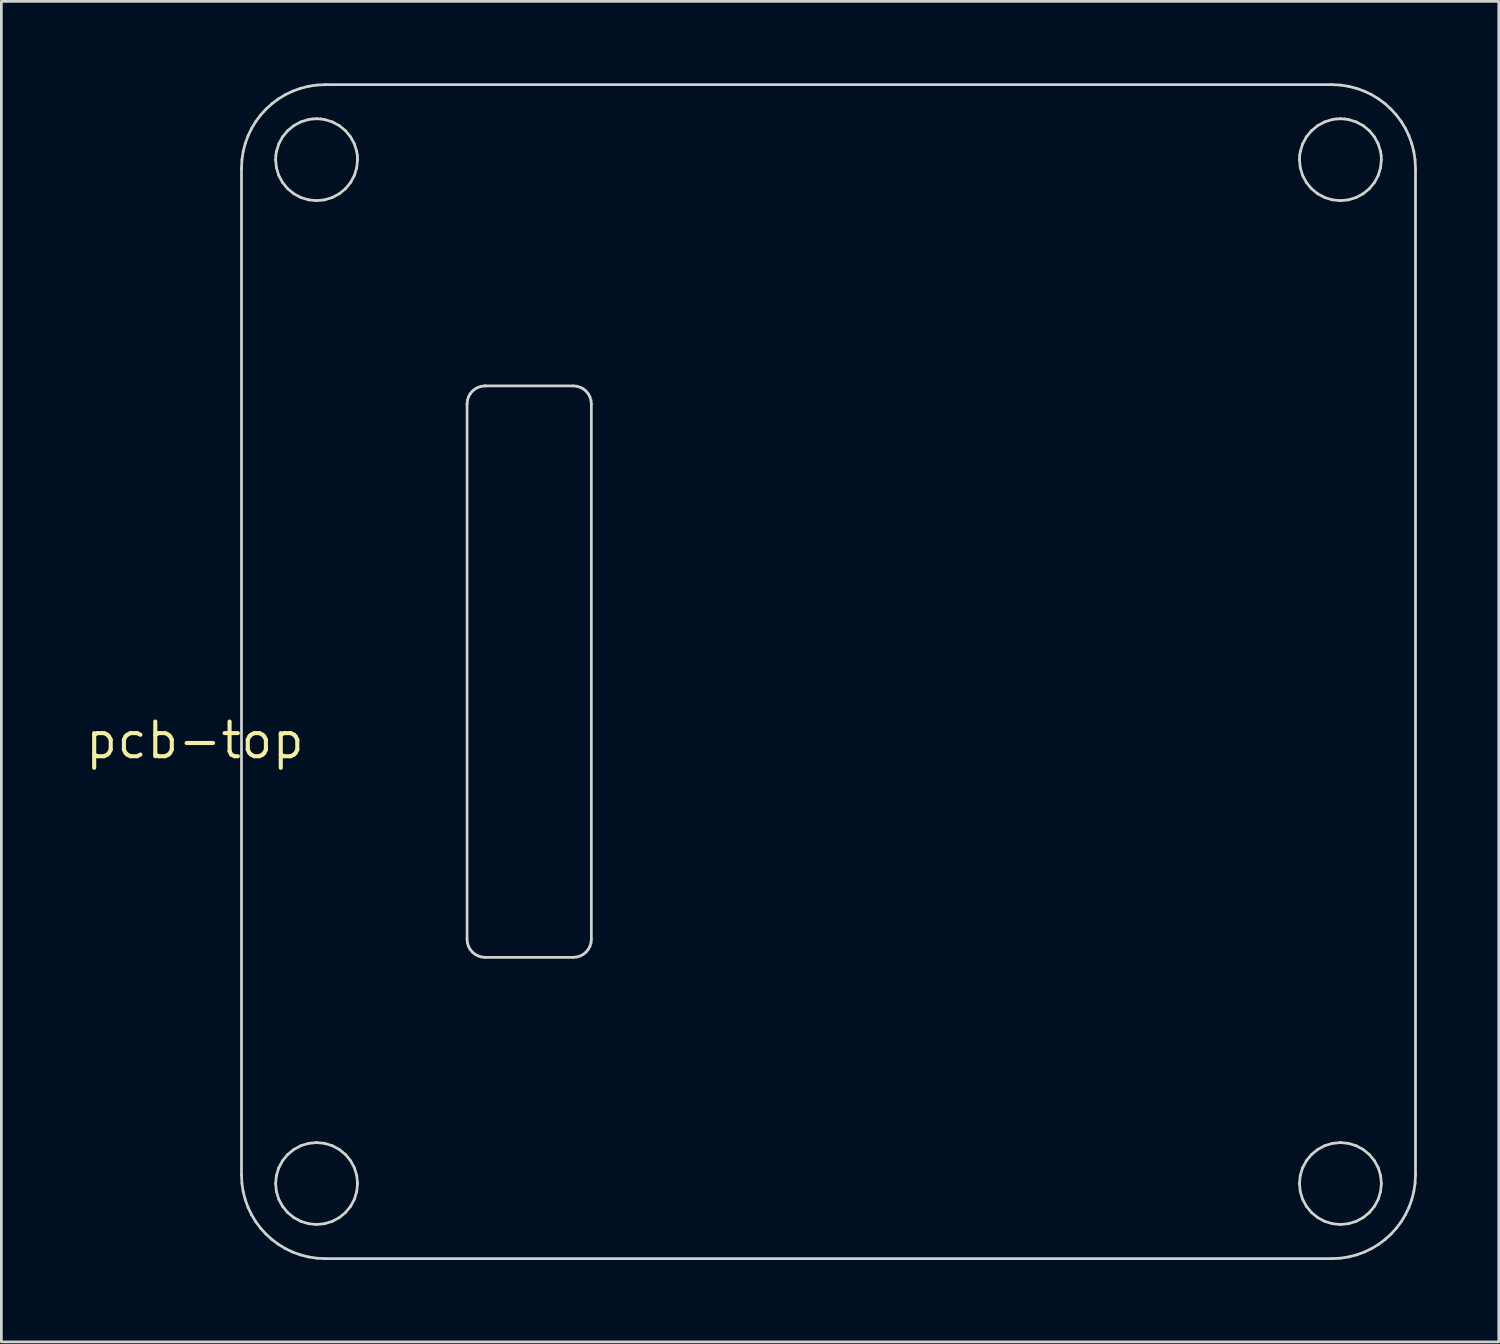
<source format=kicad_pcb>
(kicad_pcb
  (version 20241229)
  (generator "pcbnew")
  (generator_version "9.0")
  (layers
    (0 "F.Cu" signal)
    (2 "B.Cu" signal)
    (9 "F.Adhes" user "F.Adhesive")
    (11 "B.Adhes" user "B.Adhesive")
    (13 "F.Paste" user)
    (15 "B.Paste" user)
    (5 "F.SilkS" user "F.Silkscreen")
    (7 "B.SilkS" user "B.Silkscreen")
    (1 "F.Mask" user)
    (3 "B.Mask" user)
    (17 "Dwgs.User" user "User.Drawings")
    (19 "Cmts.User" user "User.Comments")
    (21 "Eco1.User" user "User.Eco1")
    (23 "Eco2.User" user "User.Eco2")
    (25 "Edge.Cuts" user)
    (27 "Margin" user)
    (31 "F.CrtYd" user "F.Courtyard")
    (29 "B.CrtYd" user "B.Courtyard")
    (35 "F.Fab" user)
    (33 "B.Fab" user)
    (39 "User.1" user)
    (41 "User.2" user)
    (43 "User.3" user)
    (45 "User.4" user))
  (footprint "pcb-top"
    (layer "F.Cu")
    (at 4.089 24.068)
    (property "Reference" "pcb-top" (at 0 0 0) (layer "F.SilkS") (effects (font (size 1.27 1.27) (thickness 0.15))))
    (attr through_hole)
    (fp_line (start 1.706 -20.947) (end 1.706 15.91) (stroke (width 0.1) (type solid)) (layer "Edge.Cuts"))
    (fp_line (start 1.706 15.91) (end 1.722 16.225) (stroke (width 0.1) (type solid)) (layer "Edge.Cuts"))
    (fp_line (start 1.722 -21.262) (end 1.706 -20.947) (stroke (width 0.1) (type solid)) (layer "Edge.Cuts"))
    (fp_line (start 1.722 16.225) (end 1.768 16.53) (stroke (width 0.1) (type solid)) (layer "Edge.Cuts"))
    (fp_line (start 1.768 -21.568) (end 1.722 -21.262) (stroke (width 0.1) (type solid)) (layer "Edge.Cuts"))
    (fp_line (start 1.768 16.53) (end 1.844 16.825) (stroke (width 0.1) (type solid)) (layer "Edge.Cuts"))
    (fp_line (start 1.844 -21.863) (end 1.768 -21.568) (stroke (width 0.1) (type solid)) (layer "Edge.Cuts"))
    (fp_line (start 1.844 16.825) (end 1.947 17.108) (stroke (width 0.1) (type solid)) (layer "Edge.Cuts"))
    (fp_line (start 1.947 -22.145) (end 1.844 -21.863) (stroke (width 0.1) (type solid)) (layer "Edge.Cuts"))
    (fp_line (start 1.947 17.108) (end 2.076 17.376) (stroke (width 0.1) (type solid)) (layer "Edge.Cuts"))
    (fp_line (start 2.076 -22.414) (end 1.947 -22.145) (stroke (width 0.1) (type solid)) (layer "Edge.Cuts"))
    (fp_line (start 2.076 17.376) (end 2.229 17.63) (stroke (width 0.1) (type solid)) (layer "Edge.Cuts"))
    (fp_line (start 2.229 -22.667) (end 2.076 -22.414) (stroke (width 0.1) (type solid)) (layer "Edge.Cuts"))
    (fp_line (start 2.229 17.63) (end 2.406 17.866) (stroke (width 0.1) (type solid)) (layer "Edge.Cuts"))
    (fp_line (start 2.406 -22.903) (end 2.229 -22.667) (stroke (width 0.1) (type solid)) (layer "Edge.Cuts"))
    (fp_line (start 2.406 17.866) (end 2.604 18.084) (stroke (width 0.1) (type solid)) (layer "Edge.Cuts"))
    (fp_line (start 2.604 -23.121) (end 2.406 -22.903) (stroke (width 0.1) (type solid)) (layer "Edge.Cuts"))
    (fp_line (start 2.604 18.084) (end 2.822 18.282) (stroke (width 0.1) (type solid)) (layer "Edge.Cuts"))
    (fp_line (start 2.822 -23.319) (end 2.604 -23.121) (stroke (width 0.1) (type solid)) (layer "Edge.Cuts"))
    (fp_line (start 2.822 18.282) (end 3.058 18.458) (stroke (width 0.1) (type solid)) (layer "Edge.Cuts"))
    (fp_line (start 2.956 -21.269) (end 2.964 -21.422) (stroke (width 0.1) (type solid)) (layer "Edge.Cuts"))
    (fp_line (start 2.956 16.231) (end 2.985 15.937) (stroke (width 0.1) (type solid)) (layer "Edge.Cuts"))
    (fp_line (start 2.964 -21.422) (end 2.987 -21.571) (stroke (width 0.1) (type solid)) (layer "Edge.Cuts"))
    (fp_line (start 2.985 -20.975) (end 2.956 -21.269) (stroke (width 0.1) (type solid)) (layer "Edge.Cuts"))
    (fp_line (start 2.985 15.937) (end 3.07 15.657) (stroke (width 0.1) (type solid)) (layer "Edge.Cuts"))
    (fp_line (start 2.985 16.525) (end 2.956 16.231) (stroke (width 0.1) (type solid)) (layer "Edge.Cuts"))
    (fp_line (start 2.987 -21.571) (end 3.074 -21.853) (stroke (width 0.1) (type solid)) (layer "Edge.Cuts"))
    (fp_line (start 3.058 -23.495) (end 2.822 -23.319) (stroke (width 0.1) (type solid)) (layer "Edge.Cuts"))
    (fp_line (start 3.058 18.458) (end 3.311 18.612) (stroke (width 0.1) (type solid)) (layer "Edge.Cuts"))
    (fp_line (start 3.07 16.805) (end 2.985 16.525) (stroke (width 0.1) (type solid)) (layer "Edge.Cuts"))
    (fp_line (start 3.07 -20.695) (end 2.985 -20.975) (stroke (width 0.1) (type solid)) (layer "Edge.Cuts"))
    (fp_line (start 3.07 15.657) (end 3.208 15.399) (stroke (width 0.1) (type solid)) (layer "Edge.Cuts"))
    (fp_line (start 3.074 -21.853) (end 3.212 -22.107) (stroke (width 0.1) (type solid)) (layer "Edge.Cuts"))
    (fp_line (start 3.208 17.064) (end 3.07 16.805) (stroke (width 0.1) (type solid)) (layer "Edge.Cuts"))
    (fp_line (start 3.208 -20.436) (end 3.07 -20.695) (stroke (width 0.1) (type solid)) (layer "Edge.Cuts"))
    (fp_line (start 3.208 15.399) (end 3.395 15.17) (stroke (width 0.1) (type solid)) (layer "Edge.Cuts"))
    (fp_line (start 3.212 -22.107) (end 3.395 -22.329) (stroke (width 0.1) (type solid)) (layer "Edge.Cuts"))
    (fp_line (start 3.311 -23.649) (end 3.058 -23.495) (stroke (width 0.1) (type solid)) (layer "Edge.Cuts"))
    (fp_line (start 3.311 18.612) (end 3.58 18.741) (stroke (width 0.1) (type solid)) (layer "Edge.Cuts"))
    (fp_line (start 3.395 -20.208) (end 3.208 -20.436) (stroke (width 0.1) (type solid)) (layer "Edge.Cuts"))
    (fp_line (start 3.395 15.17) (end 3.624 14.983) (stroke (width 0.1) (type solid)) (layer "Edge.Cuts"))
    (fp_line (start 3.395 17.292) (end 3.208 17.064) (stroke (width 0.1) (type solid)) (layer "Edge.Cuts"))
    (fp_line (start 3.395 -22.329) (end 3.617 -22.512) (stroke (width 0.1) (type solid)) (layer "Edge.Cuts"))
    (fp_line (start 3.58 -23.778) (end 3.311 -23.649) (stroke (width 0.1) (type solid)) (layer "Edge.Cuts"))
    (fp_line (start 3.58 18.741) (end 3.862 18.844) (stroke (width 0.1) (type solid)) (layer "Edge.Cuts"))
    (fp_line (start 3.617 -22.512) (end 3.872 -22.651) (stroke (width 0.1) (type solid)) (layer "Edge.Cuts"))
    (fp_line (start 3.624 17.479) (end 3.395 17.292) (stroke (width 0.1) (type solid)) (layer "Edge.Cuts"))
    (fp_line (start 3.624 -20.021) (end 3.395 -20.208) (stroke (width 0.1) (type solid)) (layer "Edge.Cuts"))
    (fp_line (start 3.624 14.983) (end 3.882 14.845) (stroke (width 0.1) (type solid)) (layer "Edge.Cuts"))
    (fp_line (start 3.862 -23.881) (end 3.58 -23.778) (stroke (width 0.1) (type solid)) (layer "Edge.Cuts"))
    (fp_line (start 3.862 18.844) (end 4.157 18.919) (stroke (width 0.1) (type solid)) (layer "Edge.Cuts"))
    (fp_line (start 3.872 -22.651) (end 4.154 -22.738) (stroke (width 0.1) (type solid)) (layer "Edge.Cuts"))
    (fp_line (start 3.882 -19.883) (end 3.624 -20.021) (stroke (width 0.1) (type solid)) (layer "Edge.Cuts"))
    (fp_line (start 3.882 14.845) (end 4.162 14.76) (stroke (width 0.1) (type solid)) (layer "Edge.Cuts"))
    (fp_line (start 3.882 17.617) (end 3.624 17.479) (stroke (width 0.1) (type solid)) (layer "Edge.Cuts"))
    (fp_line (start 4.154 -22.738) (end 4.303 -22.761) (stroke (width 0.1) (type solid)) (layer "Edge.Cuts"))
    (fp_line (start 4.157 -23.956) (end 3.862 -23.881) (stroke (width 0.1) (type solid)) (layer "Edge.Cuts"))
    (fp_line (start 4.157 18.919) (end 4.463 18.966) (stroke (width 0.1) (type solid)) (layer "Edge.Cuts"))
    (fp_line (start 4.162 -19.798) (end 3.882 -19.883) (stroke (width 0.1) (type solid)) (layer "Edge.Cuts"))
    (fp_line (start 4.162 14.76) (end 4.456 14.731) (stroke (width 0.1) (type solid)) (layer "Edge.Cuts"))
    (fp_line (start 4.162 17.702) (end 3.882 17.617) (stroke (width 0.1) (type solid)) (layer "Edge.Cuts"))
    (fp_line (start 4.303 -22.761) (end 4.456 -22.768) (stroke (width 0.1) (type solid)) (layer "Edge.Cuts"))
    (fp_line (start 4.456 -22.768) (end 4.456 -22.768) (stroke (width 0.1) (type solid)) (layer "Edge.Cuts"))
    (fp_line (start 4.456 -22.768) (end 4.609 -22.761) (stroke (width 0.1) (type solid)) (layer "Edge.Cuts"))
    (fp_line (start 4.456 -19.769) (end 4.162 -19.798) (stroke (width 0.1) (type solid)) (layer "Edge.Cuts"))
    (fp_line (start 4.456 14.731) (end 4.456 14.731) (stroke (width 0.1) (type solid)) (layer "Edge.Cuts"))
    (fp_line (start 4.456 14.731) (end 4.75 14.76) (stroke (width 0.1) (type solid)) (layer "Edge.Cuts"))
    (fp_line (start 4.456 17.731) (end 4.162 17.702) (stroke (width 0.1) (type solid)) (layer "Edge.Cuts"))
    (fp_line (start 4.463 -24.003) (end 4.157 -23.956) (stroke (width 0.1) (type solid)) (layer "Edge.Cuts"))
    (fp_line (start 4.463 18.966) (end 4.778 18.982) (stroke (width 0.1) (type solid)) (layer "Edge.Cuts"))
    (fp_line (start 4.609 -22.761) (end 4.758 -22.738) (stroke (width 0.1) (type solid)) (layer "Edge.Cuts"))
    (fp_line (start 4.75 -19.798) (end 4.456 -19.769) (stroke (width 0.1) (type solid)) (layer "Edge.Cuts"))
    (fp_line (start 4.75 14.76) (end 5.03 14.845) (stroke (width 0.1) (type solid)) (layer "Edge.Cuts"))
    (fp_line (start 4.75 17.702) (end 4.456 17.731) (stroke (width 0.1) (type solid)) (layer "Edge.Cuts"))
    (fp_line (start 4.758 -22.738) (end 5.04 -22.651) (stroke (width 0.1) (type solid)) (layer "Edge.Cuts"))
    (fp_line (start 4.778 -24.018) (end 4.463 -24.003) (stroke (width 0.1) (type solid)) (layer "Edge.Cuts"))
    (fp_line (start 4.778 18.982) (end 41.635 18.982) (stroke (width 0.1) (type solid)) (layer "Edge.Cuts"))
    (fp_line (start 5.03 -19.883) (end 4.75 -19.798) (stroke (width 0.1) (type solid)) (layer "Edge.Cuts"))
    (fp_line (start 5.03 14.845) (end 5.288 14.983) (stroke (width 0.1) (type solid)) (layer "Edge.Cuts"))
    (fp_line (start 5.03 17.617) (end 4.75 17.702) (stroke (width 0.1) (type solid)) (layer "Edge.Cuts"))
    (fp_line (start 5.04 -22.651) (end 5.295 -22.512) (stroke (width 0.1) (type solid)) (layer "Edge.Cuts"))
    (fp_line (start 5.288 -20.021) (end 5.03 -19.883) (stroke (width 0.1) (type solid)) (layer "Edge.Cuts"))
    (fp_line (start 5.288 14.983) (end 5.517 15.17) (stroke (width 0.1) (type solid)) (layer "Edge.Cuts"))
    (fp_line (start 5.288 17.479) (end 5.03 17.617) (stroke (width 0.1) (type solid)) (layer "Edge.Cuts"))
    (fp_line (start 5.295 -22.512) (end 5.517 -22.329) (stroke (width 0.1) (type solid)) (layer "Edge.Cuts"))
    (fp_line (start 5.517 -22.329) (end 5.7 -22.107) (stroke (width 0.1) (type solid)) (layer "Edge.Cuts"))
    (fp_line (start 5.517 -20.208) (end 5.288 -20.021) (stroke (width 0.1) (type solid)) (layer "Edge.Cuts"))
    (fp_line (start 5.517 15.17) (end 5.704 15.399) (stroke (width 0.1) (type solid)) (layer "Edge.Cuts"))
    (fp_line (start 5.517 17.292) (end 5.288 17.479) (stroke (width 0.1) (type solid)) (layer "Edge.Cuts"))
    (fp_line (start 5.7 -22.107) (end 5.838 -21.853) (stroke (width 0.1) (type solid)) (layer "Edge.Cuts"))
    (fp_line (start 5.704 -20.436) (end 5.517 -20.208) (stroke (width 0.1) (type solid)) (layer "Edge.Cuts"))
    (fp_line (start 5.704 15.399) (end 5.842 15.657) (stroke (width 0.1) (type solid)) (layer "Edge.Cuts"))
    (fp_line (start 5.704 17.064) (end 5.517 17.292) (stroke (width 0.1) (type solid)) (layer "Edge.Cuts"))
    (fp_line (start 5.838 -21.853) (end 5.926 -21.571) (stroke (width 0.1) (type solid)) (layer "Edge.Cuts"))
    (fp_line (start 5.842 -20.695) (end 5.704 -20.436) (stroke (width 0.1) (type solid)) (layer "Edge.Cuts"))
    (fp_line (start 5.842 15.657) (end 5.927 15.937) (stroke (width 0.1) (type solid)) (layer "Edge.Cuts"))
    (fp_line (start 5.842 16.805) (end 5.704 17.064) (stroke (width 0.1) (type solid)) (layer "Edge.Cuts"))
    (fp_line (start 5.926 -21.571) (end 5.949 -21.422) (stroke (width 0.1) (type solid)) (layer "Edge.Cuts"))
    (fp_line (start 5.927 -20.975) (end 5.842 -20.695) (stroke (width 0.1) (type solid)) (layer "Edge.Cuts"))
    (fp_line (start 5.927 15.937) (end 5.956 16.231) (stroke (width 0.1) (type solid)) (layer "Edge.Cuts"))
    (fp_line (start 5.927 16.525) (end 5.842 16.805) (stroke (width 0.1) (type solid)) (layer "Edge.Cuts"))
    (fp_line (start 5.949 -21.422) (end 5.956 -21.269) (stroke (width 0.1) (type solid)) (layer "Edge.Cuts"))
    (fp_line (start 5.956 -21.269) (end 5.927 -20.975) (stroke (width 0.1) (type solid)) (layer "Edge.Cuts"))
    (fp_line (start 5.956 16.231) (end 5.927 16.525) (stroke (width 0.1) (type solid)) (layer "Edge.Cuts"))
    (fp_line (start 9.968 -12.323) (end 9.982 -12.456) (stroke (width 0.1) (type solid)) (layer "Edge.Cuts"))
    (fp_line (start 9.968 7.285) (end 9.968 -12.323) (stroke (width 0.1) (type solid)) (layer "Edge.Cuts"))
    (fp_line (start 9.982 -12.456) (end 10.02 -12.58) (stroke (width 0.1) (type solid)) (layer "Edge.Cuts"))
    (fp_line (start 9.982 7.419) (end 9.968 7.285) (stroke (width 0.1) (type solid)) (layer "Edge.Cuts"))
    (fp_line (start 10.02 -12.58) (end 10.081 -12.693) (stroke (width 0.1) (type solid)) (layer "Edge.Cuts"))
    (fp_line (start 10.02 7.543) (end 9.982 7.419) (stroke (width 0.1) (type solid)) (layer "Edge.Cuts"))
    (fp_line (start 10.081 -12.693) (end 10.162 -12.791) (stroke (width 0.1) (type solid)) (layer "Edge.Cuts"))
    (fp_line (start 10.081 7.655) (end 10.02 7.543) (stroke (width 0.1) (type solid)) (layer "Edge.Cuts"))
    (fp_line (start 10.162 -12.791) (end 10.26 -12.871) (stroke (width 0.1) (type solid)) (layer "Edge.Cuts"))
    (fp_line (start 10.162 7.753) (end 10.081 7.655) (stroke (width 0.1) (type solid)) (layer "Edge.Cuts"))
    (fp_line (start 10.26 -12.871) (end 10.372 -12.932) (stroke (width 0.1) (type solid)) (layer "Edge.Cuts"))
    (fp_line (start 10.26 7.834) (end 10.162 7.753) (stroke (width 0.1) (type solid)) (layer "Edge.Cuts"))
    (fp_line (start 10.372 -12.932) (end 10.496 -12.971) (stroke (width 0.1) (type solid)) (layer "Edge.Cuts"))
    (fp_line (start 10.372 7.895) (end 10.26 7.834) (stroke (width 0.1) (type solid)) (layer "Edge.Cuts"))
    (fp_line (start 10.496 -12.971) (end 10.63 -12.984) (stroke (width 0.1) (type solid)) (layer "Edge.Cuts"))
    (fp_line (start 10.496 7.933) (end 10.372 7.895) (stroke (width 0.1) (type solid)) (layer "Edge.Cuts"))
    (fp_line (start 10.63 -12.984) (end 10.63 -12.984) (stroke (width 0.1) (type solid)) (layer "Edge.Cuts"))
    (fp_line (start 10.63 -12.984) (end 13.859 -12.984) (stroke (width 0.1) (type solid)) (layer "Edge.Cuts"))
    (fp_line (start 10.63 7.947) (end 10.496 7.933) (stroke (width 0.1) (type solid)) (layer "Edge.Cuts"))
    (fp_line (start 13.859 -12.984) (end 13.992 -12.971) (stroke (width 0.1) (type solid)) (layer "Edge.Cuts"))
    (fp_line (start 13.859 7.947) (end 10.63 7.947) (stroke (width 0.1) (type solid)) (layer "Edge.Cuts"))
    (fp_line (start 13.992 -12.971) (end 14.117 -12.932) (stroke (width 0.1) (type solid)) (layer "Edge.Cuts"))
    (fp_line (start 13.992 7.933) (end 13.859 7.947) (stroke (width 0.1) (type solid)) (layer "Edge.Cuts"))
    (fp_line (start 14.117 -12.932) (end 14.229 -12.871) (stroke (width 0.1) (type solid)) (layer "Edge.Cuts"))
    (fp_line (start 14.117 7.895) (end 13.992 7.933) (stroke (width 0.1) (type solid)) (layer "Edge.Cuts"))
    (fp_line (start 14.229 -12.871) (end 14.327 -12.791) (stroke (width 0.1) (type solid)) (layer "Edge.Cuts"))
    (fp_line (start 14.229 7.834) (end 14.117 7.895) (stroke (width 0.1) (type solid)) (layer "Edge.Cuts"))
    (fp_line (start 14.327 -12.791) (end 14.407 -12.693) (stroke (width 0.1) (type solid)) (layer "Edge.Cuts"))
    (fp_line (start 14.327 7.753) (end 14.229 7.834) (stroke (width 0.1) (type solid)) (layer "Edge.Cuts"))
    (fp_line (start 14.407 -12.693) (end 14.468 -12.58) (stroke (width 0.1) (type solid)) (layer "Edge.Cuts"))
    (fp_line (start 14.407 7.655) (end 14.327 7.753) (stroke (width 0.1) (type solid)) (layer "Edge.Cuts"))
    (fp_line (start 14.468 -12.58) (end 14.507 -12.456) (stroke (width 0.1) (type solid)) (layer "Edge.Cuts"))
    (fp_line (start 14.468 7.543) (end 14.407 7.655) (stroke (width 0.1) (type solid)) (layer "Edge.Cuts"))
    (fp_line (start 14.507 -12.456) (end 14.52 -12.323) (stroke (width 0.1) (type solid)) (layer "Edge.Cuts"))
    (fp_line (start 14.507 7.419) (end 14.468 7.543) (stroke (width 0.1) (type solid)) (layer "Edge.Cuts"))
    (fp_line (start 14.52 -12.323) (end 14.52 7.285) (stroke (width 0.1) (type solid)) (layer "Edge.Cuts"))
    (fp_line (start 14.52 7.285) (end 14.507 7.419) (stroke (width 0.1) (type solid)) (layer "Edge.Cuts"))
    (fp_line (start 40.456 -21.269) (end 40.464 -21.422) (stroke (width 0.1) (type solid)) (layer "Edge.Cuts"))
    (fp_line (start 40.456 16.231) (end 40.485 15.937) (stroke (width 0.1) (type solid)) (layer "Edge.Cuts"))
    (fp_line (start 40.464 -21.422) (end 40.487 -21.571) (stroke (width 0.1) (type solid)) (layer "Edge.Cuts"))
    (fp_line (start 40.485 -20.975) (end 40.456 -21.269) (stroke (width 0.1) (type solid)) (layer "Edge.Cuts"))
    (fp_line (start 40.485 15.937) (end 40.57 15.657) (stroke (width 0.1) (type solid)) (layer "Edge.Cuts"))
    (fp_line (start 40.485 16.525) (end 40.456 16.231) (stroke (width 0.1) (type solid)) (layer "Edge.Cuts"))
    (fp_line (start 40.487 -21.571) (end 40.574 -21.853) (stroke (width 0.1) (type solid)) (layer "Edge.Cuts"))
    (fp_line (start 40.57 16.805) (end 40.485 16.525) (stroke (width 0.1) (type solid)) (layer "Edge.Cuts"))
    (fp_line (start 40.57 -20.695) (end 40.485 -20.975) (stroke (width 0.1) (type solid)) (layer "Edge.Cuts"))
    (fp_line (start 40.57 15.657) (end 40.708 15.399) (stroke (width 0.1) (type solid)) (layer "Edge.Cuts"))
    (fp_line (start 40.574 -21.853) (end 40.712 -22.107) (stroke (width 0.1) (type solid)) (layer "Edge.Cuts"))
    (fp_line (start 40.708 17.064) (end 40.57 16.805) (stroke (width 0.1) (type solid)) (layer "Edge.Cuts"))
    (fp_line (start 40.708 -20.436) (end 40.57 -20.695) (stroke (width 0.1) (type solid)) (layer "Edge.Cuts"))
    (fp_line (start 40.708 15.399) (end 40.895 15.17) (stroke (width 0.1) (type solid)) (layer "Edge.Cuts"))
    (fp_line (start 40.712 -22.107) (end 40.896 -22.329) (stroke (width 0.1) (type solid)) (layer "Edge.Cuts"))
    (fp_line (start 40.895 17.292) (end 40.708 17.064) (stroke (width 0.1) (type solid)) (layer "Edge.Cuts"))
    (fp_line (start 40.895 -20.208) (end 40.708 -20.436) (stroke (width 0.1) (type solid)) (layer "Edge.Cuts"))
    (fp_line (start 40.895 15.17) (end 41.124 14.983) (stroke (width 0.1) (type solid)) (layer "Edge.Cuts"))
    (fp_line (start 40.896 -22.329) (end 41.118 -22.512) (stroke (width 0.1) (type solid)) (layer "Edge.Cuts"))
    (fp_line (start 41.118 -22.512) (end 41.372 -22.651) (stroke (width 0.1) (type solid)) (layer "Edge.Cuts"))
    (fp_line (start 41.124 17.479) (end 40.895 17.292) (stroke (width 0.1) (type solid)) (layer "Edge.Cuts"))
    (fp_line (start 41.124 -20.021) (end 40.895 -20.208) (stroke (width 0.1) (type solid)) (layer "Edge.Cuts"))
    (fp_line (start 41.124 14.983) (end 41.382 14.845) (stroke (width 0.1) (type solid)) (layer "Edge.Cuts"))
    (fp_line (start 41.372 -22.651) (end 41.654 -22.738) (stroke (width 0.1) (type solid)) (layer "Edge.Cuts"))
    (fp_line (start 41.382 -19.883) (end 41.124 -20.021) (stroke (width 0.1) (type solid)) (layer "Edge.Cuts"))
    (fp_line (start 41.382 14.845) (end 41.662 14.76) (stroke (width 0.1) (type solid)) (layer "Edge.Cuts"))
    (fp_line (start 41.382 17.617) (end 41.124 17.479) (stroke (width 0.1) (type solid)) (layer "Edge.Cuts"))
    (fp_line (start 41.635 -24.018) (end 4.778 -24.018) (stroke (width 0.1) (type solid)) (layer "Edge.Cuts"))
    (fp_line (start 41.635 18.982) (end 41.95 18.966) (stroke (width 0.1) (type solid)) (layer "Edge.Cuts"))
    (fp_line (start 41.654 -22.738) (end 41.803 -22.761) (stroke (width 0.1) (type solid)) (layer "Edge.Cuts"))
    (fp_line (start 41.662 -19.798) (end 41.382 -19.883) (stroke (width 0.1) (type solid)) (layer "Edge.Cuts"))
    (fp_line (start 41.662 14.76) (end 41.956 14.731) (stroke (width 0.1) (type solid)) (layer "Edge.Cuts"))
    (fp_line (start 41.662 17.702) (end 41.382 17.617) (stroke (width 0.1) (type solid)) (layer "Edge.Cuts"))
    (fp_line (start 41.803 -22.761) (end 41.956 -22.768) (stroke (width 0.1) (type solid)) (layer "Edge.Cuts"))
    (fp_line (start 41.95 -24.003) (end 41.635 -24.018) (stroke (width 0.1) (type solid)) (layer "Edge.Cuts"))
    (fp_line (start 41.95 18.966) (end 42.255 18.919) (stroke (width 0.1) (type solid)) (layer "Edge.Cuts"))
    (fp_line (start 41.956 -22.768) (end 41.956 -22.768) (stroke (width 0.1) (type solid)) (layer "Edge.Cuts"))
    (fp_line (start 41.956 -22.768) (end 42.11 -22.761) (stroke (width 0.1) (type solid)) (layer "Edge.Cuts"))
    (fp_line (start 41.956 -19.769) (end 41.662 -19.798) (stroke (width 0.1) (type solid)) (layer "Edge.Cuts"))
    (fp_line (start 41.956 14.731) (end 41.956 14.731) (stroke (width 0.1) (type solid)) (layer "Edge.Cuts"))
    (fp_line (start 41.956 14.731) (end 42.25 14.76) (stroke (width 0.1) (type solid)) (layer "Edge.Cuts"))
    (fp_line (start 41.956 17.731) (end 41.662 17.702) (stroke (width 0.1) (type solid)) (layer "Edge.Cuts"))
    (fp_line (start 42.11 -22.761) (end 42.258 -22.738) (stroke (width 0.1) (type solid)) (layer "Edge.Cuts"))
    (fp_line (start 42.25 -19.798) (end 41.956 -19.769) (stroke (width 0.1) (type solid)) (layer "Edge.Cuts"))
    (fp_line (start 42.25 14.76) (end 42.53 14.845) (stroke (width 0.1) (type solid)) (layer "Edge.Cuts"))
    (fp_line (start 42.25 17.702) (end 41.956 17.731) (stroke (width 0.1) (type solid)) (layer "Edge.Cuts"))
    (fp_line (start 42.255 -23.956) (end 41.95 -24.003) (stroke (width 0.1) (type solid)) (layer "Edge.Cuts"))
    (fp_line (start 42.255 18.919) (end 42.55 18.844) (stroke (width 0.1) (type solid)) (layer "Edge.Cuts"))
    (fp_line (start 42.258 -22.738) (end 42.54 -22.651) (stroke (width 0.1) (type solid)) (layer "Edge.Cuts"))
    (fp_line (start 42.53 -19.883) (end 42.25 -19.798) (stroke (width 0.1) (type solid)) (layer "Edge.Cuts"))
    (fp_line (start 42.53 14.845) (end 42.788 14.983) (stroke (width 0.1) (type solid)) (layer "Edge.Cuts"))
    (fp_line (start 42.53 17.617) (end 42.25 17.702) (stroke (width 0.1) (type solid)) (layer "Edge.Cuts"))
    (fp_line (start 42.54 -22.651) (end 42.795 -22.512) (stroke (width 0.1) (type solid)) (layer "Edge.Cuts"))
    (fp_line (start 42.55 -23.881) (end 42.255 -23.956) (stroke (width 0.1) (type solid)) (layer "Edge.Cuts"))
    (fp_line (start 42.55 18.844) (end 42.832 18.741) (stroke (width 0.1) (type solid)) (layer "Edge.Cuts"))
    (fp_line (start 42.788 -20.021) (end 42.53 -19.883) (stroke (width 0.1) (type solid)) (layer "Edge.Cuts"))
    (fp_line (start 42.788 14.983) (end 43.017 15.17) (stroke (width 0.1) (type solid)) (layer "Edge.Cuts"))
    (fp_line (start 42.788 17.479) (end 42.53 17.617) (stroke (width 0.1) (type solid)) (layer "Edge.Cuts"))
    (fp_line (start 42.795 -22.512) (end 43.017 -22.329) (stroke (width 0.1) (type solid)) (layer "Edge.Cuts"))
    (fp_line (start 42.832 -23.778) (end 42.55 -23.881) (stroke (width 0.1) (type solid)) (layer "Edge.Cuts"))
    (fp_line (start 42.832 18.741) (end 43.101 18.612) (stroke (width 0.1) (type solid)) (layer "Edge.Cuts"))
    (fp_line (start 43.017 -22.329) (end 43.2 -22.107) (stroke (width 0.1) (type solid)) (layer "Edge.Cuts"))
    (fp_line (start 43.017 -20.208) (end 42.788 -20.021) (stroke (width 0.1) (type solid)) (layer "Edge.Cuts"))
    (fp_line (start 43.017 15.17) (end 43.204 15.399) (stroke (width 0.1) (type solid)) (layer "Edge.Cuts"))
    (fp_line (start 43.017 17.292) (end 42.788 17.479) (stroke (width 0.1) (type solid)) (layer "Edge.Cuts"))
    (fp_line (start 43.101 -23.649) (end 42.832 -23.778) (stroke (width 0.1) (type solid)) (layer "Edge.Cuts"))
    (fp_line (start 43.101 18.612) (end 43.354 18.458) (stroke (width 0.1) (type solid)) (layer "Edge.Cuts"))
    (fp_line (start 43.2 -22.107) (end 43.338 -21.853) (stroke (width 0.1) (type solid)) (layer "Edge.Cuts"))
    (fp_line (start 43.204 -20.436) (end 43.017 -20.208) (stroke (width 0.1) (type solid)) (layer "Edge.Cuts"))
    (fp_line (start 43.204 15.399) (end 43.342 15.657) (stroke (width 0.1) (type solid)) (layer "Edge.Cuts"))
    (fp_line (start 43.204 17.064) (end 43.017 17.292) (stroke (width 0.1) (type solid)) (layer "Edge.Cuts"))
    (fp_line (start 43.338 -21.853) (end 43.426 -21.571) (stroke (width 0.1) (type solid)) (layer "Edge.Cuts"))
    (fp_line (start 43.342 -20.695) (end 43.204 -20.436) (stroke (width 0.1) (type solid)) (layer "Edge.Cuts"))
    (fp_line (start 43.342 15.657) (end 43.427 15.937) (stroke (width 0.1) (type solid)) (layer "Edge.Cuts"))
    (fp_line (start 43.342 16.805) (end 43.204 17.064) (stroke (width 0.1) (type solid)) (layer "Edge.Cuts"))
    (fp_line (start 43.354 -23.495) (end 43.101 -23.649) (stroke (width 0.1) (type solid)) (layer "Edge.Cuts"))
    (fp_line (start 43.354 18.458) (end 43.591 18.282) (stroke (width 0.1) (type solid)) (layer "Edge.Cuts"))
    (fp_line (start 43.426 -21.571) (end 43.449 -21.422) (stroke (width 0.1) (type solid)) (layer "Edge.Cuts"))
    (fp_line (start 43.427 -20.975) (end 43.342 -20.695) (stroke (width 0.1) (type solid)) (layer "Edge.Cuts"))
    (fp_line (start 43.427 15.937) (end 43.456 16.231) (stroke (width 0.1) (type solid)) (layer "Edge.Cuts"))
    (fp_line (start 43.427 16.525) (end 43.342 16.805) (stroke (width 0.1) (type solid)) (layer "Edge.Cuts"))
    (fp_line (start 43.449 -21.422) (end 43.456 -21.269) (stroke (width 0.1) (type solid)) (layer "Edge.Cuts"))
    (fp_line (start 43.456 -21.269) (end 43.427 -20.975) (stroke (width 0.1) (type solid)) (layer "Edge.Cuts"))
    (fp_line (start 43.456 16.231) (end 43.427 16.525) (stroke (width 0.1) (type solid)) (layer "Edge.Cuts"))
    (fp_line (start 43.591 -23.319) (end 43.354 -23.495) (stroke (width 0.1) (type solid)) (layer "Edge.Cuts"))
    (fp_line (start 43.591 18.282) (end 43.808 18.084) (stroke (width 0.1) (type solid)) (layer "Edge.Cuts"))
    (fp_line (start 43.808 -23.121) (end 43.591 -23.319) (stroke (width 0.1) (type solid)) (layer "Edge.Cuts"))
    (fp_line (start 43.808 18.084) (end 44.006 17.866) (stroke (width 0.1) (type solid)) (layer "Edge.Cuts"))
    (fp_line (start 44.006 -22.903) (end 43.808 -23.121) (stroke (width 0.1) (type solid)) (layer "Edge.Cuts"))
    (fp_line (start 44.006 17.866) (end 44.183 17.63) (stroke (width 0.1) (type solid)) (layer "Edge.Cuts"))
    (fp_line (start 44.183 -22.667) (end 44.006 -22.903) (stroke (width 0.1) (type solid)) (layer "Edge.Cuts"))
    (fp_line (start 44.183 17.63) (end 44.336 17.376) (stroke (width 0.1) (type solid)) (layer "Edge.Cuts"))
    (fp_line (start 44.336 -22.414) (end 44.183 -22.667) (stroke (width 0.1) (type solid)) (layer "Edge.Cuts"))
    (fp_line (start 44.336 17.376) (end 44.465 17.108) (stroke (width 0.1) (type solid)) (layer "Edge.Cuts"))
    (fp_line (start 44.465 -22.145) (end 44.336 -22.414) (stroke (width 0.1) (type solid)) (layer "Edge.Cuts"))
    (fp_line (start 44.465 17.108) (end 44.568 16.825) (stroke (width 0.1) (type solid)) (layer "Edge.Cuts"))
    (fp_line (start 44.568 -21.863) (end 44.465 -22.145) (stroke (width 0.1) (type solid)) (layer "Edge.Cuts"))
    (fp_line (start 44.568 16.825) (end 44.644 16.53) (stroke (width 0.1) (type solid)) (layer "Edge.Cuts"))
    (fp_line (start 44.644 -21.568) (end 44.568 -21.863) (stroke (width 0.1) (type solid)) (layer "Edge.Cuts"))
    (fp_line (start 44.644 16.53) (end 44.69 16.225) (stroke (width 0.1) (type solid)) (layer "Edge.Cuts"))
    (fp_line (start 44.69 -21.262) (end 44.644 -21.568) (stroke (width 0.1) (type solid)) (layer "Edge.Cuts"))
    (fp_line (start 44.69 16.225) (end 44.706 15.91) (stroke (width 0.1) (type solid)) (layer "Edge.Cuts"))
    (fp_line (start 44.706 -20.947) (end 44.69 -21.262) (stroke (width 0.1) (type solid)) (layer "Edge.Cuts"))
    (fp_line (start 44.706 15.91) (end 44.706 -20.947) (stroke (width 0.1) (type solid)) (layer "Edge.Cuts")))
  (gr_rect
    (start -3 -3)
    (end 51.845 46.1)
    (stroke (width 0.1) (type default))
    (fill no)
    (layer "Edge.Cuts")))
</source>
